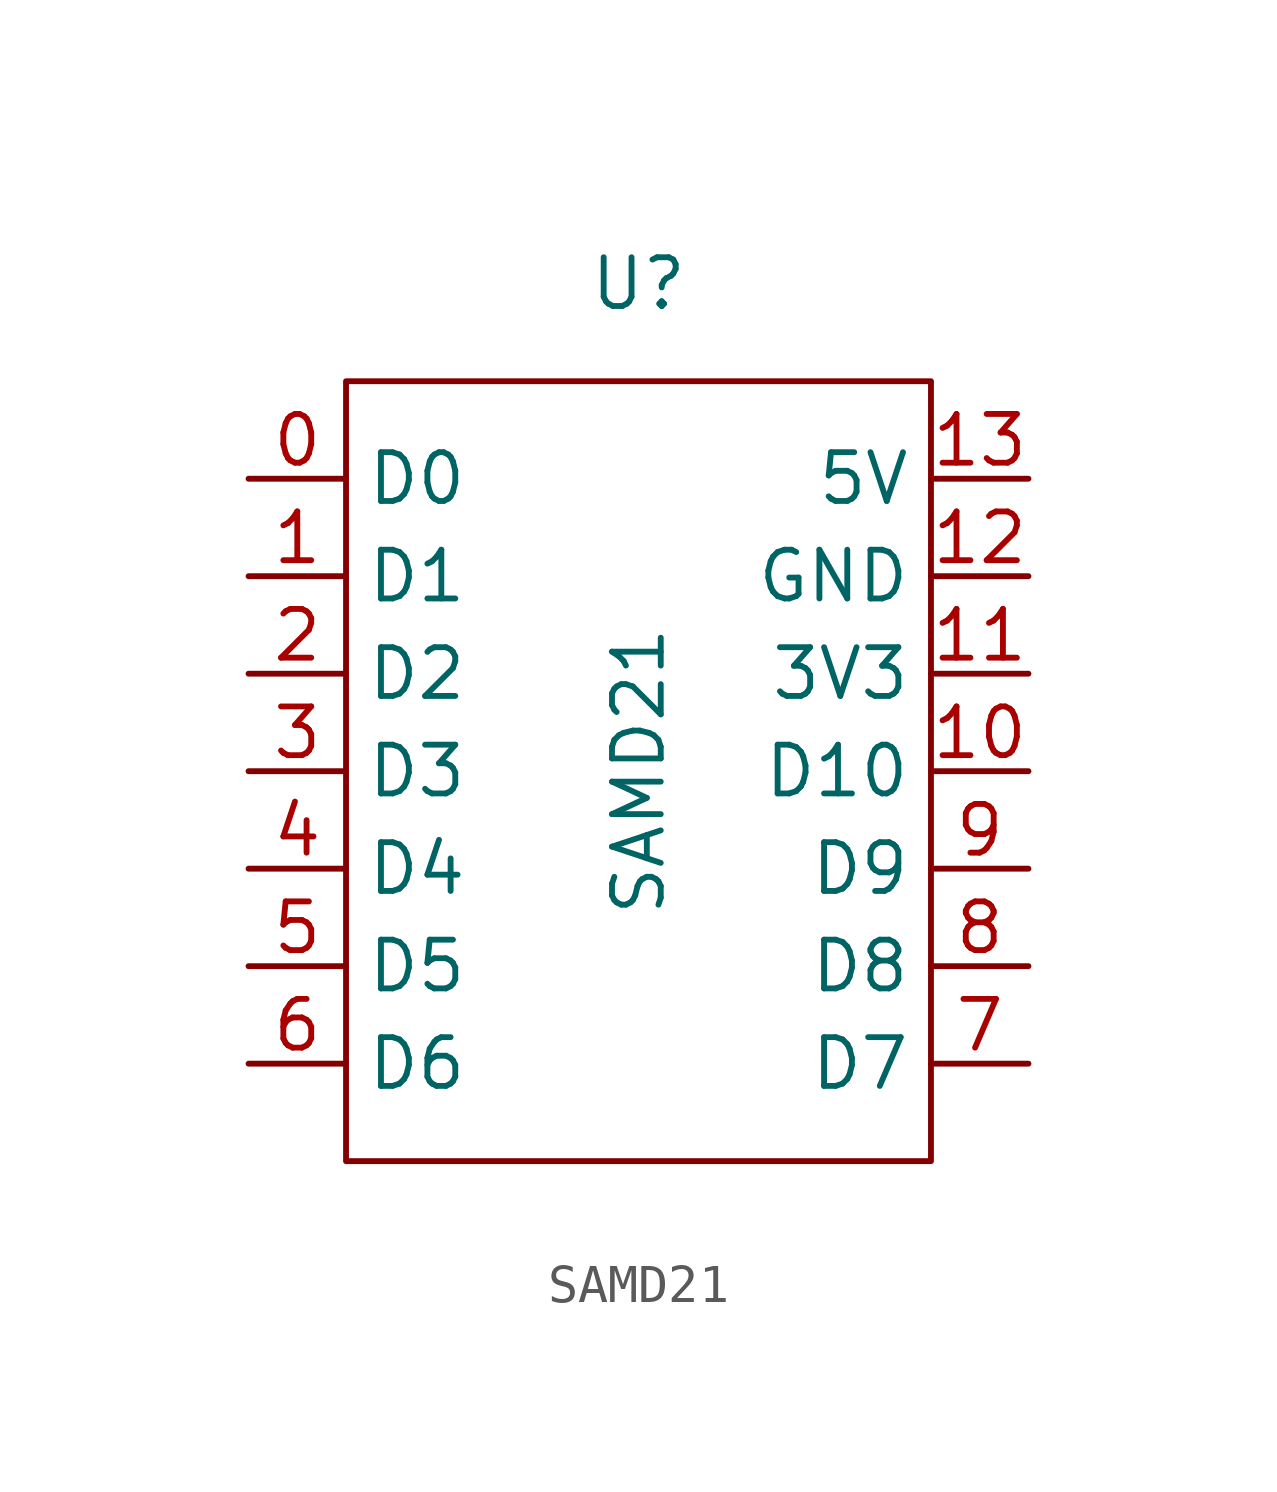
<source format=kicad_sym>
(kicad_symbol_lib
  (version 20211014)
  (generator kicad_symbol_editor)
  (symbol "SAMD21"
    (property "Reference" "U"
      (at 0 12.7 0)
      (effects (font (size 1.27 1.27))))
    (property "Value" "SAMD21"
      (at 0 0 90)
      (effects (font (size 1.27 1.27))))
    (symbol "SAMD21_0_1"
      (rectangle (start -7.62 10.16) (end 7.62 -10.16) (stroke (width 0) (type default) (color 0 0 0 0)) (fill (type none))))
    (symbol "SAMD21_1_1"
      (pin bidirectional line (at -10.16 7.62 0) (length 2.54) (name "D0" (effects (font (size 1.27 1.27)))) (number "0" (effects (font (size 1.27 1.27)))))
      (pin bidirectional line (at -10.16 5.08 0) (length 2.54) (name "D1" (effects (font (size 1.27 1.27)))) (number "1" (effects (font (size 1.27 1.27)))))
      (pin bidirectional line (at 10.16 0 180) (length 2.54) (name "D10" (effects (font (size 1.27 1.27)))) (number "10" (effects (font (size 1.27 1.27)))))
      (pin bidirectional line (at 10.16 2.54 180) (length 2.54) (name "3V3" (effects (font (size 1.27 1.27)))) (number "11" (effects (font (size 1.27 1.27)))))
      (pin power_in line (at 10.16 5.08 180) (length 2.54) (name "GND" (effects (font (size 1.27 1.27)))) (number "12" (effects (font (size 1.27 1.27)))))
      (pin bidirectional line (at 10.16 7.62 180) (length 2.54) (name "5V" (effects (font (size 1.27 1.27)))) (number "13" (effects (font (size 1.27 1.27)))))
      (pin bidirectional line (at -10.16 2.54 0) (length 2.54) (name "D2" (effects (font (size 1.27 1.27)))) (number "2" (effects (font (size 1.27 1.27)))))
      (pin bidirectional line (at -10.16 0 0) (length 2.54) (name "D3" (effects (font (size 1.27 1.27)))) (number "3" (effects (font (size 1.27 1.27)))))
      (pin bidirectional line (at -10.16 -2.54 0) (length 2.54) (name "D4" (effects (font (size 1.27 1.27)))) (number "4" (effects (font (size 1.27 1.27)))))
      (pin bidirectional line (at -10.16 -5.08 0) (length 2.54) (name "D5" (effects (font (size 1.27 1.27)))) (number "5" (effects (font (size 1.27 1.27)))))
      (pin bidirectional line (at -10.16 -7.62 0) (length 2.54) (name "D6" (effects (font (size 1.27 1.27)))) (number "6" (effects (font (size 1.27 1.27)))))
      (pin bidirectional line (at 10.16 -7.62 180) (length 2.54) (name "D7" (effects (font (size 1.27 1.27)))) (number "7" (effects (font (size 1.27 1.27)))))
      (pin bidirectional line (at 10.16 -5.08 180) (length 2.54) (name "D8" (effects (font (size 1.27 1.27)))) (number "8" (effects (font (size 1.27 1.27)))))
      (pin bidirectional line (at 10.16 -2.54 180) (length 2.54) (name "D9" (effects (font (size 1.27 1.27)))) (number "9" (effects (font (size 1.27 1.27))))))))
</source>
